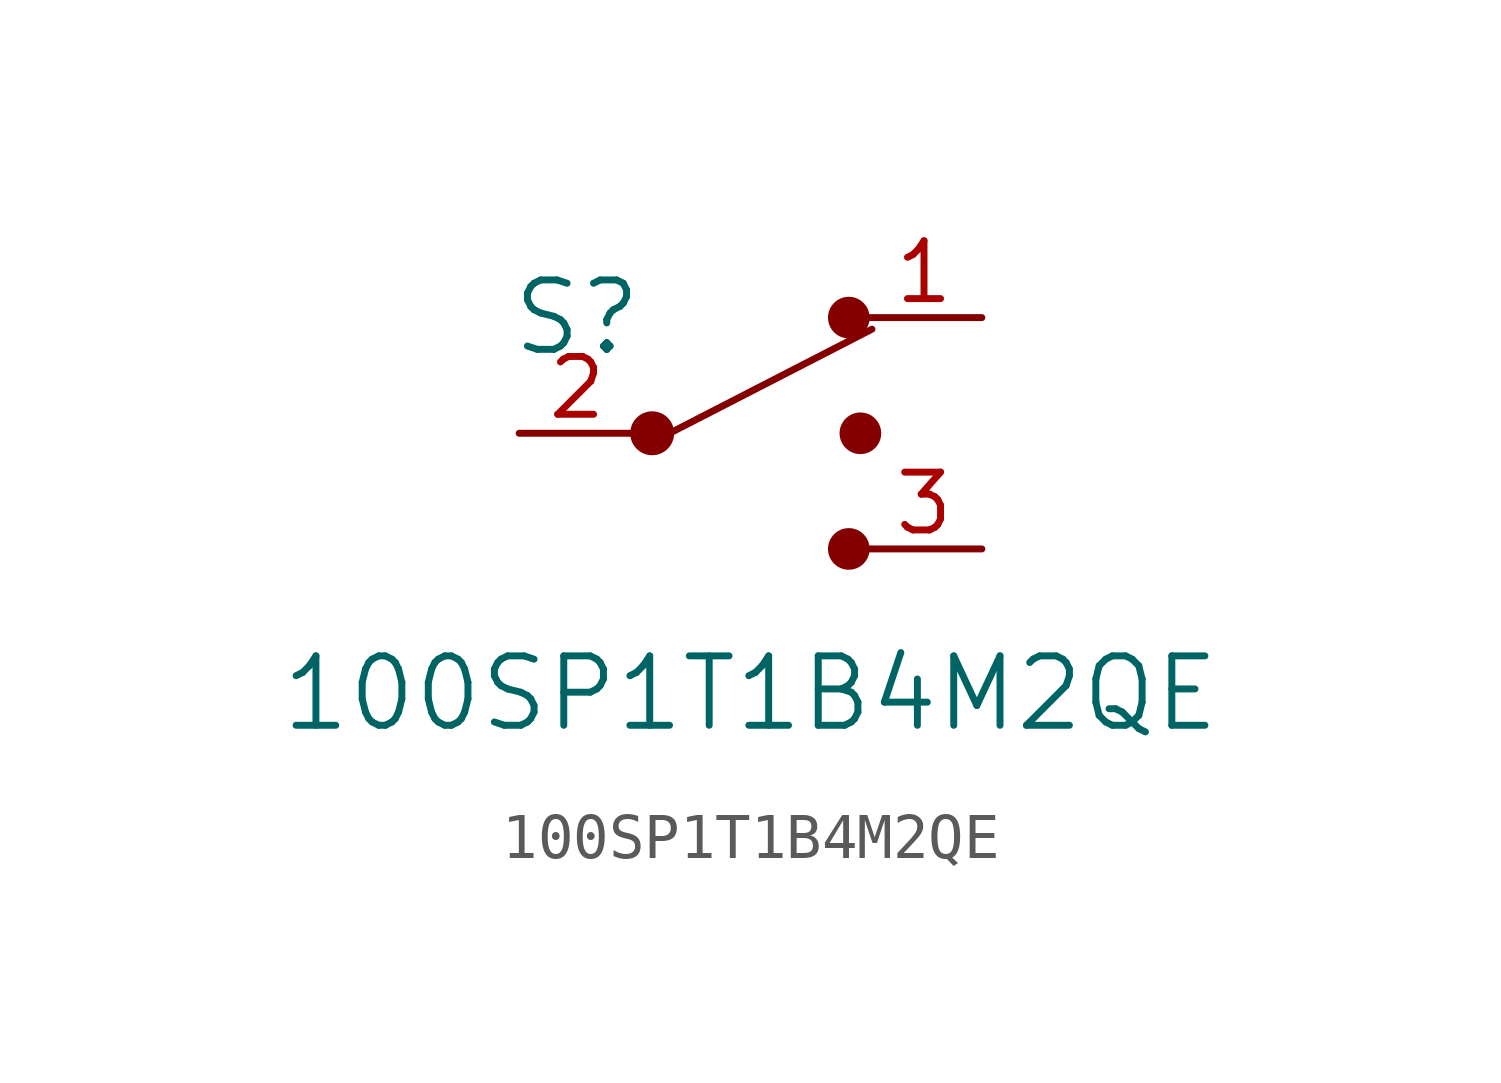
<source format=kicad_sym>
(kicad_symbol_lib
  (version 20231120)
  (generator "kicad_symbol_editor")
  (generator_version "8.0")
  (symbol "100SP1T1B4M2QE"
    (pin_names
      (offset 0) hide)
    (property "Reference" "S"
      (at -3.81 2.54 0)
      (effects (font (size 1.524 1.524))))
    (property "Value" "100SP1T1B4M2QE"
      (at 0 -5.715 0)
      (effects (font (size 1.524 1.524))))
    (symbol "100SP1T1B4M2QE_0_1"
      (circle (center -2.159 0) (radius 0.406) (stroke (width 0) (type solid)) (fill (type outline)))
      (polyline (pts (xy 2.667 2.286) (xy -1.778 0)) (stroke (width 0) (type solid)) (fill (type none)))
      (circle (center 2.159 -2.54) (radius 0.381) (stroke (width 0) (type solid)) (fill (type outline)))
      (circle (center 2.159 2.54) (radius 0.381) (stroke (width 0) (type solid)) (fill (type outline)))
      (circle (center 2.413 0) (radius 0.381) (stroke (width 0) (type solid)) (fill (type outline))))
    (symbol "100SP1T1B4M2QE_1_1"
      (pin passive line (at 5.08 2.54 180) (length 2.54) (name "~" (effects (font (size 1.27 1.27)))) (number "1" (effects (font (size 1.27 1.27)))))
      (pin passive line (at -5.08 0 0) (length 2.54) (name "Com" (effects (font (size 1.27 1.27)))) (number "2" (effects (font (size 1.27 1.27)))))
      (pin passive line (at 5.08 -2.54 180) (length 2.54) (name "~" (effects (font (size 1.27 1.27)))) (number "3" (effects (font (size 1.27 1.27))))))))
</source>
